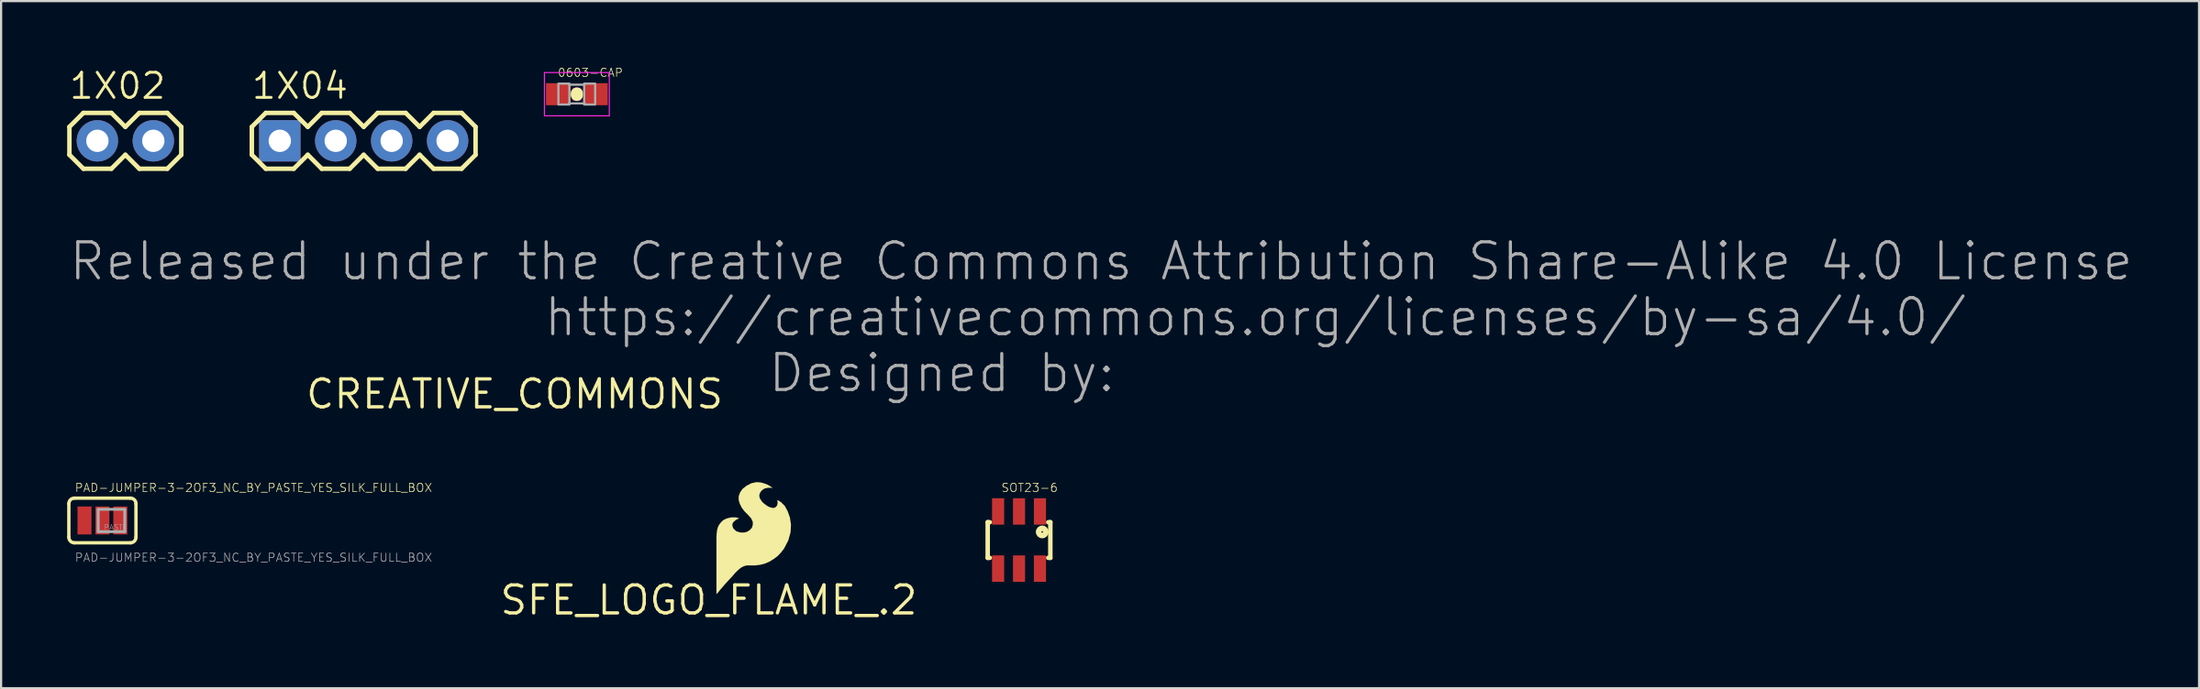
<source format=kicad_pcb>
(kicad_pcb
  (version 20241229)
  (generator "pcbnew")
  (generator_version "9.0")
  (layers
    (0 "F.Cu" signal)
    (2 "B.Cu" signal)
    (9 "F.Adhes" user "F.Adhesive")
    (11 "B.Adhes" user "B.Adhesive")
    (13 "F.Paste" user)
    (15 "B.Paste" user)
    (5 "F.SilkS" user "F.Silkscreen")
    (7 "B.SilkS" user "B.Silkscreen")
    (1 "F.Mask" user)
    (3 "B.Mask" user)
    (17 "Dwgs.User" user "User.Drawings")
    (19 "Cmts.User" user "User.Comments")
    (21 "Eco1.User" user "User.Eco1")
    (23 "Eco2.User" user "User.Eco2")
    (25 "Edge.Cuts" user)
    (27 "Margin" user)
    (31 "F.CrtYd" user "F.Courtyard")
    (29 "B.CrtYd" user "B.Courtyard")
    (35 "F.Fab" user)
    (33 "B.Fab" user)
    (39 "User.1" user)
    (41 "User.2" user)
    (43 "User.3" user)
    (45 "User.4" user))
  (footprint "1X04"
    (layer "F.Cu")
    (at 9.655 3.353)
    (property "Reference" "1X04" (at -1.346 -1.829 0) (unlocked yes) (layer "F.SilkS") (effects (font (size 1.143 1.143) (thickness 0.127)) (justify left bottom)))
    (fp_line (start -1.27 -0.635) (end -1.27 0.635) (stroke (width 0.203) (type solid)) (layer "F.SilkS"))
    (fp_line (start -1.27 0.635) (end -0.635 1.27) (stroke (width 0.203) (type solid)) (layer "F.SilkS"))
    (fp_line (start -0.635 -1.27) (end -1.27 -0.635) (stroke (width 0.203) (type solid)) (layer "F.SilkS"))
    (fp_line (start -0.635 -1.27) (end 0.635 -1.27) (stroke (width 0.203) (type solid)) (layer "F.SilkS"))
    (fp_line (start 0.635 -1.27) (end 1.27 -0.635) (stroke (width 0.203) (type solid)) (layer "F.SilkS"))
    (fp_line (start 0.635 1.27) (end -0.635 1.27) (stroke (width 0.203) (type solid)) (layer "F.SilkS"))
    (fp_line (start 1.27 -0.635) (end 1.905 -1.27) (stroke (width 0.203) (type solid)) (layer "F.SilkS"))
    (fp_line (start 1.27 0.635) (end 0.635 1.27) (stroke (width 0.203) (type solid)) (layer "F.SilkS"))
    (fp_line (start 1.905 -1.27) (end 3.175 -1.27) (stroke (width 0.203) (type solid)) (layer "F.SilkS"))
    (fp_line (start 1.905 1.27) (end 1.27 0.635) (stroke (width 0.203) (type solid)) (layer "F.SilkS"))
    (fp_line (start 3.175 -1.27) (end 3.81 -0.635) (stroke (width 0.203) (type solid)) (layer "F.SilkS"))
    (fp_line (start 3.175 1.27) (end 1.905 1.27) (stroke (width 0.203) (type solid)) (layer "F.SilkS"))
    (fp_line (start 3.81 -0.635) (end 4.445 -1.27) (stroke (width 0.203) (type solid)) (layer "F.SilkS"))
    (fp_line (start 3.81 0.635) (end 3.175 1.27) (stroke (width 0.203) (type solid)) (layer "F.SilkS"))
    (fp_line (start 4.445 -1.27) (end 5.715 -1.27) (stroke (width 0.203) (type solid)) (layer "F.SilkS"))
    (fp_line (start 4.445 1.27) (end 3.81 0.635) (stroke (width 0.203) (type solid)) (layer "F.SilkS"))
    (fp_line (start 5.715 -1.27) (end 6.35 -0.635) (stroke (width 0.203) (type solid)) (layer "F.SilkS"))
    (fp_line (start 5.715 1.27) (end 4.445 1.27) (stroke (width 0.203) (type solid)) (layer "F.SilkS"))
    (fp_line (start 6.35 0.635) (end 5.715 1.27) (stroke (width 0.203) (type solid)) (layer "F.SilkS"))
    (fp_line (start 6.35 0.635) (end 6.985 1.27) (stroke (width 0.203) (type solid)) (layer "F.SilkS"))
    (fp_line (start 6.985 -1.27) (end 6.35 -0.635) (stroke (width 0.203) (type solid)) (layer "F.SilkS"))
    (fp_line (start 6.985 -1.27) (end 8.255 -1.27) (stroke (width 0.203) (type solid)) (layer "F.SilkS"))
    (fp_line (start 8.255 -1.27) (end 8.89 -0.635) (stroke (width 0.203) (type solid)) (layer "F.SilkS"))
    (fp_line (start 8.255 1.27) (end 6.985 1.27) (stroke (width 0.203) (type solid)) (layer "F.SilkS"))
    (fp_line (start 8.89 -0.635) (end 8.89 0.635) (stroke (width 0.203) (type solid)) (layer "F.SilkS"))
    (fp_line (start 8.89 0.635) (end 8.255 1.27) (stroke (width 0.203) (type solid)) (layer "F.SilkS"))
    (fp_poly (pts (xy -0.254 0.254) (xy 0.254 0.254) (xy 0.254 -0.254) (xy -0.254 -0.254)) (stroke (width 0.1) (type default)) (fill no) (layer "F.Fab"))
    (fp_poly (pts (xy 2.286 0.254) (xy 2.794 0.254) (xy 2.794 -0.254) (xy 2.286 -0.254)) (stroke (width 0.1) (type default)) (fill no) (layer "F.Fab"))
    (fp_poly (pts (xy 4.826 0.254) (xy 5.334 0.254) (xy 5.334 -0.254) (xy 4.826 -0.254)) (stroke (width 0.1) (type default)) (fill no) (layer "F.Fab"))
    (fp_poly (pts (xy 7.366 0.254) (xy 7.874 0.254) (xy 7.874 -0.254) (xy 7.366 -0.254)) (stroke (width 0.1) (type default)) (fill no) (layer "F.Fab"))
    (pad "1" thru_hole rect (at 0 0 90) (size 1.88 1.88) (drill 1.016) (layers "*.Cu" "*.Mask"))
    (pad "2" thru_hole circle (at 2.54 0 90) (size 1.88 1.88) (drill 1.016) (layers "*.Cu" "*.Mask"))
    (pad "3" thru_hole circle (at 5.08 0 90) (size 1.88 1.88) (drill 1.016) (layers "*.Cu" "*.Mask"))
    (pad "4" thru_hole circle (at 7.62 0 90) (size 1.88 1.88) (drill 1.016) (layers "*.Cu" "*.Mask")))
  (footprint "0603-CAP"
    (layer "F.Cu")
    (at 23.145 1.233)
    (property "Reference" "0603-CAP" (at -0.889 -0.762 0) (unlocked yes) (layer "F.SilkS") (effects (font (size 0.374 0.374) (thickness 0.033)) (justify left bottom)))
    (fp_line (start 0 -0.03) (end 0 0.03) (stroke (width 0.559) (type solid)) (layer "F.SilkS"))
    (fp_poly (pts (xy -0.2 0.3) (xy 0.2 0.3) (xy 0.2 -0.3) (xy -0.2 -0.3)) (stroke (width 0) (type default)) (fill yes) (layer "F.Adhes"))
    (fp_line (start -1.473 -0.983) (end 1.473 -0.983) (stroke (width 0.051) (type solid)) (layer "F.CrtYd"))
    (fp_line (start -1.473 0.983) (end -1.473 -0.983) (stroke (width 0.051) (type solid)) (layer "F.CrtYd"))
    (fp_line (start 1.473 -0.983) (end 1.473 0.983) (stroke (width 0.051) (type solid)) (layer "F.CrtYd"))
    (fp_line (start 1.473 0.983) (end -1.473 0.983) (stroke (width 0.051) (type solid)) (layer "F.CrtYd"))
    (fp_line (start -0.356 -0.432) (end 0.356 -0.432) (stroke (width 0.102) (type solid)) (layer "F.Fab"))
    (fp_line (start -0.356 0.419) (end 0.356 0.419) (stroke (width 0.102) (type solid)) (layer "F.Fab"))
    (fp_poly (pts (xy -0.838 0.47) (xy -0.338 0.47) (xy -0.338 -0.48) (xy -0.838 -0.48)) (stroke (width 0.1) (type default)) (fill no) (layer "F.Fab"))
    (fp_poly (pts (xy 0.33 0.47) (xy 0.83 0.47) (xy 0.83 -0.48) (xy 0.33 -0.48)) (stroke (width 0.1) (type default)) (fill no) (layer "F.Fab"))
    (pad "1" smd rect (at -0.85 0) (size 1.1 1) (layers "F.Cu" "F.Mask" "F.Paste"))
    (pad "2" smd rect (at 0.85 0) (size 1.1 1) (layers "F.Cu" "F.Mask" "F.Paste")))
  (footprint "PAD-JUMPER-3-2OF3_NC_BY_PASTE_YES_SILK_FULL_BOX"
    (layer "F.Cu")
    (at 1.6 20.615)
    (property "Reference" "PAD-JUMPER-3-2OF3_NC_BY_PASTE_YES_SILK_FULL_BOX" (at -1.27 -1.27 0) (unlocked yes) (layer "F.SilkS") (effects (font (size 0.374 0.374) (thickness 0.033)) (justify left bottom)))
    (property "Value" "PAD-JUMPER-3-2OF3_NC_BY_PASTE_YES_SILK_FULL_BOX" (at -0.1 0 0) (unlocked yes) (layer "F.Fab") (hide yes) (effects (font (size 0.018 0.018) (thickness 0.002)) (justify left bottom)))
    (fp_line (start -1.524 0.762) (end -1.524 -0.762) (stroke (width 0.152) (type solid)) (layer "F.SilkS"))
    (fp_line (start -1.27 -1.016) (end 1.27 -1.016) (stroke (width 0.152) (type solid)) (layer "F.SilkS"))
    (fp_line (start 1.27 1.016) (end -1.27 1.016) (stroke (width 0.152) (type solid)) (layer "F.SilkS"))
    (fp_line (start 1.524 0.762) (end 1.524 -0.762) (stroke (width 0.152) (type solid)) (layer "F.SilkS"))
    (fp_arc (start -1.524 -0.762) (mid -1.449605 -0.941605) (end -1.27 -1.016) (stroke (width 0.1524) (type solid)) (layer "F.SilkS"))
    (fp_arc (start -1.27 1.016) (mid -1.449605 0.941605) (end -1.524 0.762) (stroke (width 0.1524) (type solid)) (layer "F.SilkS"))
    (fp_arc (start 1.27 -1.016) (mid 1.449605 -0.941605) (end 1.524 -0.762) (stroke (width 0.1524) (type solid)) (layer "F.SilkS"))
    (fp_arc (start 1.524 0.762) (mid 1.449605 0.941605) (end 1.27 1.016) (stroke (width 0.1524) (type solid)) (layer "F.SilkS"))
    (fp_poly (pts (xy -0.279 1.016) (xy 1.422 1.016) (xy 1.422 -0.991) (xy -0.279 -0.991)) (stroke (width 0) (type default)) (fill yes) (layer "F.Paste"))
    (fp_line (start -0.191 -0.508) (end -0.191 0.508) (stroke (width 0.127) (type solid)) (layer "F.Fab"))
    (fp_line (start -0.191 0.508) (end 1.016 0.508) (stroke (width 0.127) (type solid)) (layer "F.Fab"))
    (fp_line (start 1.016 -0.508) (end -0.191 -0.508) (stroke (width 0.127) (type solid)) (layer "F.Fab"))
    (fp_line (start 1.016 0.508) (end 1.016 -0.508) (stroke (width 0.127) (type solid)) (layer "F.Fab"))
    (fp_text user "${VALUE}" (at -1.27 1.905 0) (unlocked yes) (layer "F.Fab") (effects (font (size 0.374 0.374) (thickness 0.033)) (justify left bottom)))
    (fp_text user "PASTE" (at 0.064 0.445 0) (unlocked yes) (layer "F.Fab") (effects (font (size 0.234 0.234) (thickness 0.02)) (justify left bottom)))
    (pad "1" smd rect (at -0.813 0) (size 0.635 1.27) (layers "F.Cu" "F.Mask"))
    (pad "2" smd rect (at 0 0) (size 0.635 1.27) (layers "F.Cu" "F.Mask"))
    (pad "3" smd rect (at 0.813 0) (size 0.635 1.27) (layers "F.Cu" "F.Mask")))
  (footprint "SOT23-6"
    (layer "F.Cu")
    (at 43.222 21.504)
    (property "Reference" "SOT23-6" (at -0.826 -2.159 0) (unlocked yes) (layer "F.SilkS") (effects (font (size 0.374 0.374) (thickness 0.033)) (justify left bottom)))
    (fp_line (start -1.422 -0.81) (end -1.328 -0.81) (stroke (width 0.203) (type solid)) (layer "F.SilkS"))
    (fp_line (start -1.422 0.81) (end -1.422 -0.81) (stroke (width 0.203) (type solid)) (layer "F.SilkS"))
    (fp_line (start -1.328 0.81) (end -1.422 0.81) (stroke (width 0.203) (type solid)) (layer "F.SilkS"))
    (fp_line (start 1.328 -0.81) (end 1.422 -0.81) (stroke (width 0.203) (type solid)) (layer "F.SilkS"))
    (fp_line (start 1.422 -0.81) (end 1.422 0.81) (stroke (width 0.203) (type solid)) (layer "F.SilkS"))
    (fp_line (start 1.422 0.81) (end 1.328 0.81) (stroke (width 0.203) (type solid)) (layer "F.SilkS"))
    (fp_circle (center 1.054 -0.368) (end 1.09 -0.368) (stroke (width 0.254) (type solid)) (fill no) (layer "F.SilkS"))
    (pad "1" smd rect (at 0.95 -1.3) (size 0.55 1.2) (layers "F.Cu" "F.Mask" "F.Paste"))
    (pad "2" smd rect (at 0 -1.3 180) (size 0.55 1.2) (layers "F.Cu" "F.Mask" "F.Paste"))
    (pad "3" smd rect (at -0.95 -1.3) (size 0.55 1.2) (layers "F.Cu" "F.Mask" "F.Paste"))
    (pad "4" smd rect (at -0.95 1.3) (size 0.55 1.2) (layers "F.Cu" "F.Mask" "F.Paste"))
    (pad "5" smd rect (at 0 1.3) (size 0.55 1.2) (layers "F.Cu" "F.Mask" "F.Paste"))
    (pad "6" smd rect (at 0.95 1.3) (size 0.55 1.2) (layers "F.Cu" "F.Mask" "F.Paste")))
  (footprint "1X02"
    (layer "F.Cu")
    (at 1.372 3.353)
    (property "Reference" "1X02" (at -1.346 -1.829 0) (unlocked yes) (layer "F.SilkS") (effects (font (size 1.143 1.143) (thickness 0.127)) (justify left bottom)))
    (fp_line (start -1.27 -0.635) (end -1.27 0.635) (stroke (width 0.203) (type solid)) (layer "F.SilkS"))
    (fp_line (start -1.27 0.635) (end -0.635 1.27) (stroke (width 0.203) (type solid)) (layer "F.SilkS"))
    (fp_line (start -0.635 -1.27) (end -1.27 -0.635) (stroke (width 0.203) (type solid)) (layer "F.SilkS"))
    (fp_line (start -0.635 -1.27) (end 0.635 -1.27) (stroke (width 0.203) (type solid)) (layer "F.SilkS"))
    (fp_line (start 0.635 -1.27) (end 1.27 -0.635) (stroke (width 0.203) (type solid)) (layer "F.SilkS"))
    (fp_line (start 0.635 1.27) (end -0.635 1.27) (stroke (width 0.203) (type solid)) (layer "F.SilkS"))
    (fp_line (start 1.27 -0.635) (end 1.905 -1.27) (stroke (width 0.203) (type solid)) (layer "F.SilkS"))
    (fp_line (start 1.27 0.635) (end 0.635 1.27) (stroke (width 0.203) (type solid)) (layer "F.SilkS"))
    (fp_line (start 1.905 -1.27) (end 3.175 -1.27) (stroke (width 0.203) (type solid)) (layer "F.SilkS"))
    (fp_line (start 1.905 1.27) (end 1.27 0.635) (stroke (width 0.203) (type solid)) (layer "F.SilkS"))
    (fp_line (start 3.175 -1.27) (end 3.81 -0.635) (stroke (width 0.203) (type solid)) (layer "F.SilkS"))
    (fp_line (start 3.175 1.27) (end 1.905 1.27) (stroke (width 0.203) (type solid)) (layer "F.SilkS"))
    (fp_line (start 3.81 -0.635) (end 3.81 0.635) (stroke (width 0.203) (type solid)) (layer "F.SilkS"))
    (fp_line (start 3.81 0.635) (end 3.175 1.27) (stroke (width 0.203) (type solid)) (layer "F.SilkS"))
    (fp_poly (pts (xy -0.254 0.254) (xy 0.254 0.254) (xy 0.254 -0.254) (xy -0.254 -0.254)) (stroke (width 0.1) (type default)) (fill no) (layer "F.Fab"))
    (fp_poly (pts (xy 2.286 0.254) (xy 2.794 0.254) (xy 2.794 -0.254) (xy 2.286 -0.254)) (stroke (width 0.1) (type default)) (fill no) (layer "F.Fab"))
    (pad "1" thru_hole circle (at 0 0 90) (size 1.88 1.88) (drill 1.016) (layers "*.Cu" "*.Mask"))
    (pad "2" thru_hole circle (at 2.54 0 90) (size 1.88 1.88) (drill 1.016) (layers "*.Cu" "*.Mask")))
  (footprint "CREATIVE_COMMONS"
    (layer "F.Cu")
    (at 20.32 14.867)
    (property "Reference" "CREATIVE_COMMONS" (at 0 0 0) (layer "F.SilkS") (effects (font (size 1.27 1.27) (thickness 0.15))))
    (fp_text user " https://creativecommons.org/licenses/by-sa/4.0/" (at 0 -2.54 0) (unlocked yes) (layer "F.Fab") (effects (font (size 1.636 1.636) (thickness 0.142)) (justify left bottom)))
    (fp_text user "Released under the Creative Commons Attribution Share-Alike 4.0 License" (at -20.32 -5.08 0) (unlocked yes) (layer "F.Fab") (effects (font (size 1.636 1.636) (thickness 0.142)) (justify left bottom)))
    (fp_text user "Designed by:" (at 11.43 0 0) (unlocked yes) (layer "F.Fab") (effects (font (size 1.636 1.636) (thickness 0.142)) (justify left bottom))))
  (footprint "SFE_LOGO_FLAME_.2"
    (layer "F.Cu")
    (at 29.135 24.236)
    (property "Reference" "SFE_LOGO_FLAME_.2" (at 0 0 0) (layer "F.SilkS") (effects (font (size 1.27 1.27) (thickness 0.15))))
    (fp_poly (pts (xy 2.35 -5.353) (xy 2.531 -5.302) (xy 2.681 -5.242) (xy 2.801 -5.172) (xy 2.871 -5.122) (xy 2.908 -5.097) (xy 2.89 -5.097) (xy 2.85 -5.107) (xy 2.72 -5.107) (xy 2.63 -5.097) (xy 2.551 -5.078) (xy 2.471 -5.038) (xy 2.392 -4.968) (xy 2.352 -4.919) (xy 2.322 -4.859) (xy 2.302 -4.809) (xy 2.293 -4.75) (xy 2.302 -4.691) (xy 2.322 -4.621) (xy 2.362 -4.561) (xy 2.412 -4.482) (xy 2.462 -4.432) (xy 2.532 -4.372) (xy 2.601 -4.322) (xy 2.671 -4.272) (xy 2.751 -4.232) (xy 2.821 -4.212) (xy 2.89 -4.193) (xy 2.959 -4.193) (xy 3.029 -4.222) (xy 3.078 -4.272) (xy 3.108 -4.321) (xy 3.117 -4.38) (xy 3.127 -4.44) (xy 3.117 -4.49) (xy 3.117 -4.555) (xy 3.282 -4.452) (xy 3.452 -4.282) (xy 3.582 -4.041) (xy 3.682 -3.761) (xy 3.733 -3.43) (xy 3.713 -3.08) (xy 3.612 -2.719) (xy 3.422 -2.349) (xy 3.282 -2.168) (xy 3.132 -2.008) (xy 2.961 -1.878) (xy 2.771 -1.758) (xy 2.571 -1.668) (xy 2.35 -1.608) (xy 2.11 -1.577) (xy 1.72 -1.577) (xy 1.611 -1.548) (xy 1.501 -1.498) (xy 1.402 -1.428) (xy 1.302 -1.338) (xy 1.192 -1.228) (xy 1.082 -1.098) (xy 0.952 -0.958) (xy 0.952 -0.958) (xy 0.832 -0.828) (xy 0.722 -0.708) (xy 0.622 -0.588) (xy 0.532 -0.488) (xy 0.462 -0.398) (xy 0.402 -0.328) (xy 0.362 -0.288) (xy 0.347 -0.259) (xy 0.347 -2.84) (xy 0.357 -3.03) (xy 0.378 -3.191) (xy 0.418 -3.331) (xy 0.478 -3.441) (xy 0.548 -3.532) (xy 0.628 -3.612) (xy 0.719 -3.672) (xy 0.819 -3.712) (xy 0.929 -3.742) (xy 1.03 -3.763) (xy 1.21 -3.763) (xy 1.281 -3.752) (xy 1.331 -3.732) (xy 1.36 -3.723) (xy 1.376 -3.723) (xy 1.362 -3.708) (xy 1.341 -3.698) (xy 1.301 -3.678) (xy 1.251 -3.658) (xy 1.212 -3.628) (xy 1.162 -3.588) (xy 1.122 -3.548) (xy 1.092 -3.509) (xy 1.073 -3.45) (xy 1.073 -3.38) (xy 1.092 -3.311) (xy 1.122 -3.252) (xy 1.182 -3.192) (xy 1.251 -3.132) (xy 1.341 -3.102) (xy 1.45 -3.073) (xy 1.61 -3.073) (xy 1.749 -3.112) (xy 1.868 -3.192) (xy 1.958 -3.291) (xy 1.997 -3.42) (xy 1.997 -3.559) (xy 1.928 -3.709) (xy 1.798 -3.858) (xy 1.628 -4.028) (xy 1.498 -4.199) (xy 1.408 -4.379) (xy 1.357 -4.55) (xy 1.357 -4.72) (xy 1.418 -4.891) (xy 1.528 -5.052) (xy 1.699 -5.192) (xy 1.929 -5.312) (xy 2.15 -5.363)) (stroke (width 0) (type default)) (fill yes) (layer "F.SilkS")))
  (gr_rect
    (start -3 -3)
    (end 96.805 28.242)
    (stroke (width 0.1) (type default))
    (fill no)
    (layer "Edge.Cuts")))
</source>
